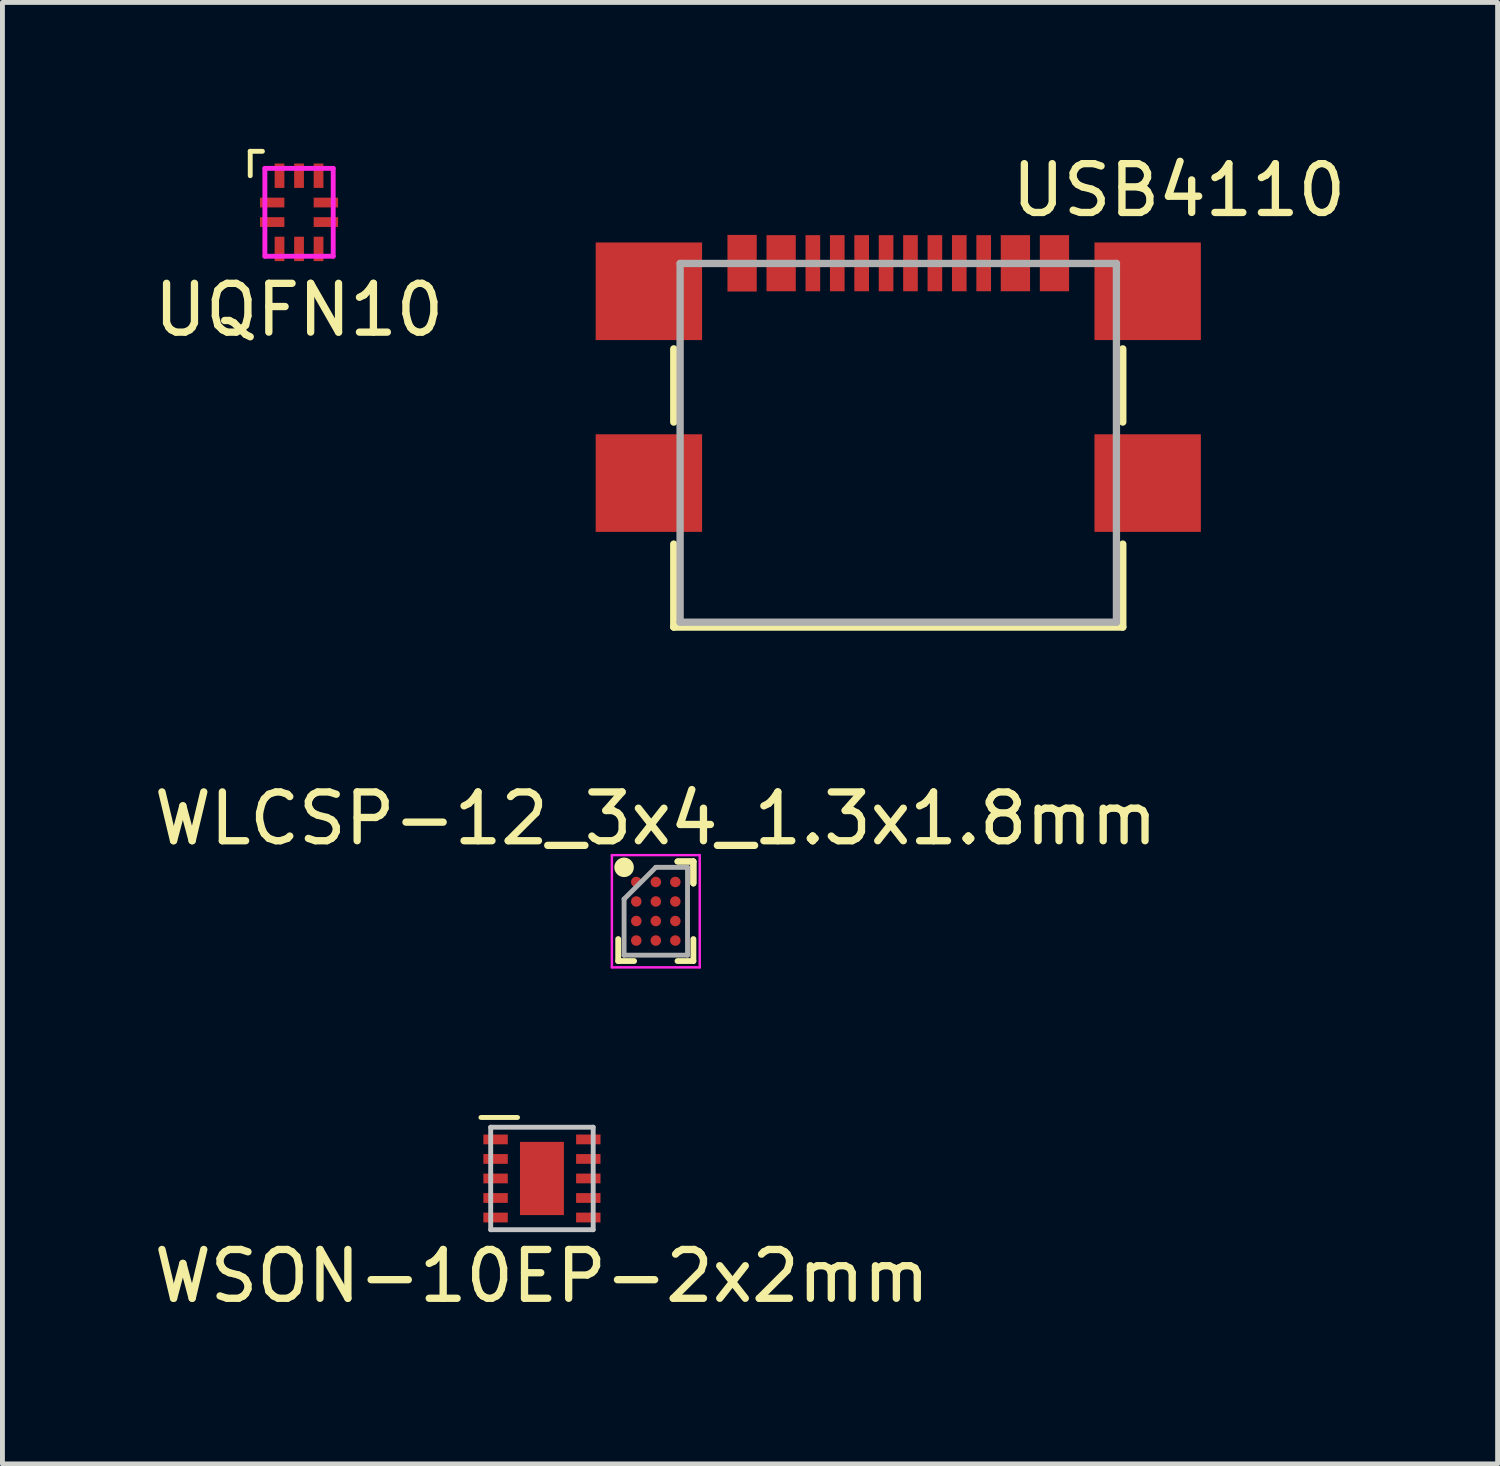
<source format=kicad_pcb>
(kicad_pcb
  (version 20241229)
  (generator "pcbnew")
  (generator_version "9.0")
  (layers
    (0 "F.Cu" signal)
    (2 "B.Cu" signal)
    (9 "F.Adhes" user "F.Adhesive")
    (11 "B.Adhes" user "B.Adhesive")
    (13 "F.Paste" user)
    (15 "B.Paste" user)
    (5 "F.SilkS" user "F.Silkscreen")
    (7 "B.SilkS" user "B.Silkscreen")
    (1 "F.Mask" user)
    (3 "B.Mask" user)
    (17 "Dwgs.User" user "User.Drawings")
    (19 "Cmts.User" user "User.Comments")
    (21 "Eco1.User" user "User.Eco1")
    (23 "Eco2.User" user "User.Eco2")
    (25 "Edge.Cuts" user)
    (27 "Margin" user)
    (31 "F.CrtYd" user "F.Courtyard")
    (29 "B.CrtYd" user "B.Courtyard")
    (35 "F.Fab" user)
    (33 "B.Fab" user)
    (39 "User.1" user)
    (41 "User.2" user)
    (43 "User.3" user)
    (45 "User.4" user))
  (footprint "WSON-10EP-2x2mm"
    (layer "F.Cu")
    (at 8.054 21.096)
    (property "Reference" "WSON-10EP-2x2mm" (at 0 2 0) (layer "F.SilkS") (effects (font (size 1 1) (thickness 0.15))))
    (attr through_hole)
    (fp_line (start -1.25 -1.25) (end -0.5 -1.25) (stroke (width 0.1) (type solid)) (layer "F.SilkS"))
    (fp_line (start -1.05 -1.05) (end 1.05 -1.05) (stroke (width 0.1) (type solid)) (layer "Dwgs.User"))
    (fp_line (start -1.05 1.05) (end -1.05 -1.05) (stroke (width 0.1) (type solid)) (layer "Dwgs.User"))
    (fp_line (start 1.05 -1.05) (end 1.05 1.05) (stroke (width 0.1) (type solid)) (layer "Dwgs.User"))
    (fp_line (start 1.05 1.05) (end -1.05 1.05) (stroke (width 0.1) (type solid)) (layer "Dwgs.User"))
    (pad "1" smd rect (at -0.95 -0.8) (size 0.5 0.2) (layers "F.Cu" "F.Mask" "F.Paste"))
    (pad "2" smd rect (at -0.95 -0.4) (size 0.5 0.2) (layers "F.Cu" "F.Mask" "F.Paste"))
    (pad "3" smd rect (at -0.95 0) (size 0.5 0.2) (layers "F.Cu" "F.Mask" "F.Paste"))
    (pad "4" smd rect (at -0.95 0.4) (size 0.5 0.2) (layers "F.Cu" "F.Mask" "F.Paste"))
    (pad "5" smd rect (at -0.95 0.8) (size 0.5 0.2) (layers "F.Cu" "F.Mask" "F.Paste"))
    (pad "6" smd rect (at 0.95 0.8) (size 0.5 0.2) (layers "F.Cu" "F.Mask" "F.Paste"))
    (pad "7" smd rect (at 0.95 0.4) (size 0.5 0.2) (layers "F.Cu" "F.Mask" "F.Paste"))
    (pad "8" smd rect (at 0.95 0) (size 0.5 0.2) (layers "F.Cu" "F.Mask" "F.Paste"))
    (pad "9" smd rect (at 0.95 -0.4) (size 0.5 0.2) (layers "F.Cu" "F.Mask" "F.Paste"))
    (pad "10" smd rect (at 0.95 -0.8) (size 0.5 0.2) (layers "F.Cu" "F.Mask" "F.Paste"))
    (pad "11" smd rect (at 0 0) (size 0.9 1.5) (layers "F.Cu" "F.Mask" "F.Paste")))
  (footprint "USB4110"
    (layer "F.Cu")
    (at 15.355 6.848)
    (property "Reference" "USB4110" (at 5.75 -6 0) (layer "F.SilkS") (effects (font (size 1 1) (thickness 0.15))))
    (attr through_hole)
    (fp_line (start -4.6 -2.75) (end -4.6 -1.25) (stroke (width 0.15) (type solid)) (layer "F.SilkS"))
    (fp_line (start -4.6 2.95) (end -4.6 1.25) (stroke (width 0.15) (type solid)) (layer "F.SilkS"))
    (fp_line (start 4.6 -2.75) (end 4.6 -1.25) (stroke (width 0.15) (type solid)) (layer "F.SilkS"))
    (fp_line (start 4.6 1.25) (end 4.6 2.95) (stroke (width 0.15) (type solid)) (layer "F.SilkS"))
    (fp_line (start 4.6 2.95) (end -4.6 2.95) (stroke (width 0.15) (type solid)) (layer "F.SilkS"))
    (fp_line (start -4.47 2.85) (end -4.47 -4.5) (stroke (width 0.15) (type solid)) (layer "F.Fab"))
    (fp_line (start -4.47 2.85) (end 4.47 2.85) (stroke (width 0.15) (type solid)) (layer "F.Fab"))
    (fp_line (start 4.47 -4.5) (end -4.47 -4.5) (stroke (width 0.15) (type solid)) (layer "F.Fab"))
    (fp_line (start 4.47 2.85) (end 4.47 -4.5) (stroke (width 0.15) (type solid)) (layer "F.Fab"))
    (pad "A1" smd rect (at -3.2 -4.505) (size 0.6 1.16) (layers "F.Cu" "F.Mask" "F.Paste"))
    (pad "A4" smd rect (at -2.4 -4.505) (size 0.6 1.15) (layers "F.Cu" "F.Mask" "F.Paste"))
    (pad "A5" smd rect (at -1.25 -4.505) (size 0.3 1.15) (layers "F.Cu" "F.Mask" "F.Paste"))
    (pad "A6" smd rect (at -0.25 -4.505) (size 0.3 1.15) (layers "F.Cu" "F.Mask" "F.Paste"))
    (pad "A7" smd rect (at 0.25 -4.505) (size 0.3 1.15) (layers "F.Cu" "F.Mask" "F.Paste"))
    (pad "A8" smd rect (at 1.25 -4.505) (size 0.3 1.15) (layers "F.Cu" "F.Mask" "F.Paste"))
    (pad "A9" smd rect (at 2.4 -4.505) (size 0.6 1.15) (layers "F.Cu" "F.Mask" "F.Paste"))
    (pad "A12" smd rect (at 3.2 -4.505) (size 0.6 1.15) (layers "F.Cu" "F.Mask" "F.Paste"))
    (pad "B5" smd rect (at 1.75 -4.505) (size 0.3 1.15) (layers "F.Cu" "F.Mask" "F.Paste"))
    (pad "B6" smd rect (at 0.75 -4.505) (size 0.3 1.15) (layers "F.Cu" "F.Mask" "F.Paste"))
    (pad "B7" smd rect (at -0.75 -4.505) (size 0.3 1.15) (layers "F.Cu" "F.Mask" "F.Paste"))
    (pad "B8" smd rect (at -1.75 -4.505) (size 0.3 1.15) (layers "F.Cu" "F.Mask" "F.Paste"))
    (pad "SH" smd rect (at -5.11 -3.93) (size 2.18 2) (layers "F.Cu" "F.Mask" "F.Paste"))
    (pad "SH" smd rect (at -5.11 0) (size 2.18 2) (layers "F.Cu" "F.Mask" "F.Paste"))
    (pad "SH" smd rect (at 5.11 -3.93) (size 2.18 2) (layers "F.Cu" "F.Mask" "F.Paste"))
    (pad "SH" smd rect (at 5.11 0) (size 2.18 2) (layers "F.Cu" "F.Mask" "F.Paste")))
  (footprint "UQFN10"
    (layer "F.Cu")
    (at 3.077 1.3)
    (property "Reference" "UQFN10" (at 0 2 0) (layer "F.SilkS") (effects (font (size 1 1) (thickness 0.15))))
    (attr through_hole)
    (fp_line (start -1 -1.25) (end -1 -0.75) (stroke (width 0.1) (type solid)) (layer "F.SilkS"))
    (fp_line (start -1 -1.25) (end -0.75 -1.25) (stroke (width 0.1) (type solid)) (layer "F.SilkS"))
    (fp_line (start -0.7 -0.9) (end 0.7 -0.9) (stroke (width 0.1) (type solid)) (layer "F.CrtYd"))
    (fp_line (start -0.7 0.9) (end -0.7 -0.9) (stroke (width 0.1) (type solid)) (layer "F.CrtYd"))
    (fp_line (start 0.7 -0.9) (end 0.7 0.9) (stroke (width 0.1) (type solid)) (layer "F.CrtYd"))
    (fp_line (start 0.7 0.9) (end -0.7 0.9) (stroke (width 0.1) (type solid)) (layer "F.CrtYd"))
    (pad "1" smd rect (at -0.55 -0.2) (size 0.5 0.2) (layers "F.Cu" "F.Mask" "F.Paste"))
    (pad "2" smd rect (at -0.55 0.2) (size 0.5 0.2) (layers "F.Cu" "F.Mask" "F.Paste"))
    (pad "3" smd rect (at -0.4 0.75 90) (size 0.5 0.2) (layers "F.Cu" "F.Mask" "F.Paste"))
    (pad "4" smd rect (at 0 0.75 90) (size 0.5 0.2) (layers "F.Cu" "F.Mask" "F.Paste"))
    (pad "5" smd rect (at 0.4 0.75 90) (size 0.5 0.2) (layers "F.Cu" "F.Mask" "F.Paste"))
    (pad "6" smd rect (at 0.55 0.2) (size 0.5 0.2) (layers "F.Cu" "F.Mask" "F.Paste"))
    (pad "7" smd rect (at 0.55 -0.2) (size 0.5 0.2) (layers "F.Cu" "F.Mask" "F.Paste"))
    (pad "8" smd rect (at 0.4 -0.75 90) (size 0.5 0.2) (layers "F.Cu" "F.Mask" "F.Paste"))
    (pad "9" smd rect (at 0 -0.75 90) (size 0.5 0.2) (layers "F.Cu" "F.Mask" "F.Paste"))
    (pad "10" smd rect (at -0.4 -0.75 90) (size 0.5 0.2) (layers "F.Cu" "F.Mask" "F.Paste")))
  (footprint "WLCSP-12_3x4_1.3x1.8mm"
    (layer "F.Cu")
    (at 10.387 15.621)
    (property "Reference" "WLCSP-12_3x4_1.3x1.8mm" (at 0 -1.9 0) (layer "F.SilkS") (effects (font (size 1 1) (thickness 0.15))))
    (attr smd)
    (fp_line (start -0.77 1.02) (end -0.77 0.57) (stroke (width 0.12) (type solid)) (layer "F.SilkS"))
    (fp_line (start -0.445 1.02) (end -0.77 1.02) (stroke (width 0.12) (type solid)) (layer "F.SilkS"))
    (fp_line (start 0.445 -1.02) (end 0.77 -1.02) (stroke (width 0.12) (type solid)) (layer "F.SilkS"))
    (fp_line (start 0.445 -1.02) (end 0.77 -1.02) (stroke (width 0.12) (type solid)) (layer "F.SilkS"))
    (fp_line (start 0.445 -1.02) (end 0.77 -1.02) (stroke (width 0.12) (type solid)) (layer "F.SilkS"))
    (fp_line (start 0.445 1.02) (end 0.77 1.02) (stroke (width 0.12) (type solid)) (layer "F.SilkS"))
    (fp_line (start 0.77 -1.02) (end 0.77 -0.57) (stroke (width 0.12) (type solid)) (layer "F.SilkS"))
    (fp_line (start 0.77 -1.02) (end 0.77 -0.57) (stroke (width 0.12) (type solid)) (layer "F.SilkS"))
    (fp_line (start 0.77 -1.02) (end 0.77 -0.57) (stroke (width 0.12) (type solid)) (layer "F.SilkS"))
    (fp_line (start 0.77 1.02) (end 0.77 0.57) (stroke (width 0.12) (type solid)) (layer "F.SilkS"))
    (fp_circle (center -0.65 -0.9) (end -0.65 -0.8) (stroke (width 0.2) (type solid)) (fill no) (layer "F.SilkS"))
    (fp_line (start -0.9 -1.15) (end 0.9 -1.15) (stroke (width 0.05) (type solid)) (layer "F.CrtYd"))
    (fp_line (start -0.9 1.15) (end -0.9 -1.15) (stroke (width 0.05) (type solid)) (layer "F.CrtYd"))
    (fp_line (start 0.9 -1.15) (end 0.9 1.15) (stroke (width 0.05) (type solid)) (layer "F.CrtYd"))
    (fp_line (start 0.9 1.15) (end -0.9 1.15) (stroke (width 0.05) (type solid)) (layer "F.CrtYd"))
    (fp_line (start -0.65 -0.25) (end -0.65 0.9) (stroke (width 0.1) (type solid)) (layer "F.Fab"))
    (fp_line (start -0.65 0.9) (end 0.65 0.9) (stroke (width 0.1) (type solid)) (layer "F.Fab"))
    (fp_line (start 0 -0.9) (end -0.65 -0.25) (stroke (width 0.1) (type solid)) (layer "F.Fab"))
    (fp_line (start 0.65 -0.9) (end 0 -0.9) (stroke (width 0.1) (type solid)) (layer "F.Fab"))
    (fp_line (start 0.65 0.9) (end 0.65 -0.9) (stroke (width 0.1) (type solid)) (layer "F.Fab"))
    (pad "A1" smd circle (at -0.4 -0.6) (size 0.215 0.215) (layers "F.Cu" "F.Mask" "F.Paste"))
    (pad "A2" smd circle (at 0 -0.6) (size 0.215 0.215) (layers "F.Cu" "F.Mask" "F.Paste"))
    (pad "A3" smd circle (at 0.4 -0.6) (size 0.215 0.215) (layers "F.Cu" "F.Mask" "F.Paste"))
    (pad "B1" smd circle (at -0.4 -0.2) (size 0.215 0.215) (layers "F.Cu" "F.Mask" "F.Paste"))
    (pad "B2" smd circle (at 0 -0.2) (size 0.215 0.215) (layers "F.Cu" "F.Mask" "F.Paste"))
    (pad "B3" smd circle (at 0.4 -0.2) (size 0.215 0.215) (layers "F.Cu" "F.Mask" "F.Paste"))
    (pad "C1" smd circle (at -0.4 0.2) (size 0.215 0.215) (layers "F.Cu" "F.Mask" "F.Paste"))
    (pad "C2" smd circle (at 0 0.2) (size 0.215 0.215) (layers "F.Cu" "F.Mask" "F.Paste"))
    (pad "C3" smd circle (at 0.4 0.2) (size 0.215 0.215) (layers "F.Cu" "F.Mask" "F.Paste"))
    (pad "D1" smd circle (at -0.4 0.6) (size 0.215 0.215) (layers "F.Cu" "F.Mask" "F.Paste"))
    (pad "D2" smd circle (at 0 0.6) (size 0.215 0.215) (layers "F.Cu" "F.Mask" "F.Paste"))
    (pad "D3" smd circle (at 0.4 0.6) (size 0.215 0.215) (layers "F.Cu" "F.Mask" "F.Paste")))
  (gr_rect
    (start -3 -3)
    (end 27.635 26.945)
    (stroke (width 0.1) (type default))
    (fill no)
    (layer "Edge.Cuts")))
</source>
